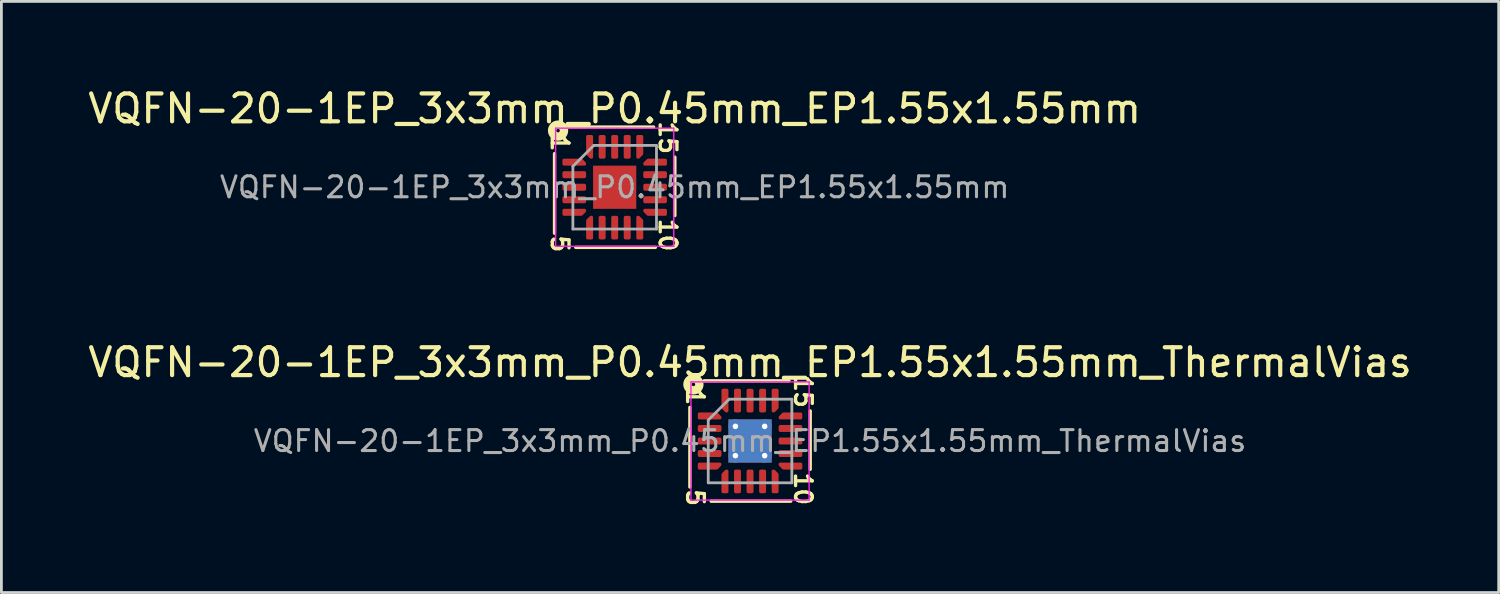
<source format=kicad_pcb>
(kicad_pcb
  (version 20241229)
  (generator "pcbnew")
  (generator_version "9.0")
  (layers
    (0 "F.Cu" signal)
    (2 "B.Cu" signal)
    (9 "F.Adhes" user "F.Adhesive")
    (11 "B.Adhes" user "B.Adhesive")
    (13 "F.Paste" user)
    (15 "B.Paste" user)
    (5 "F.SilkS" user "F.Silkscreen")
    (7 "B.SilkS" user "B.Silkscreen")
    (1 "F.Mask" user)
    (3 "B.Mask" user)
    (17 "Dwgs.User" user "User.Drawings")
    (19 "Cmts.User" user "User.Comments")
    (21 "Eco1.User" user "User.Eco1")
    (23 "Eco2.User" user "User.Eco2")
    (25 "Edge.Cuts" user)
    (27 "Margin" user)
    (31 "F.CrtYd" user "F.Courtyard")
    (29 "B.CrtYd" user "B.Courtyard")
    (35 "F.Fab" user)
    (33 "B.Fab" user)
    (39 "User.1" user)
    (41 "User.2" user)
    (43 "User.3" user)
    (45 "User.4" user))
  (footprint "VQFN-20-1EP_3x3mm_P0.45mm_EP1.55x1.55mm_ThermalVias"
    (layer "F.Cu")
    (at 23.863 12.774)
    (property "Reference" "VQFN-20-1EP_3x3mm_P0.45mm_EP1.55x1.55mm_ThermalVias" (at 0 -2.82 0) (layer "F.SilkS") (effects (font (size 1 1) (thickness 0.15))))
    (attr smd)
    (fp_line (start -2.159 -1.206) (end -2.159 1.651) (stroke (width 0.12) (type solid)) (layer "F.SilkS"))
    (fp_line (start -1.397 2.159) (end 1.46 2.159) (stroke (width 0.12) (type solid)) (layer "F.SilkS"))
    (fp_line (start 1.397 -2.159) (end -1.651 -2.159) (stroke (width 0.12) (type solid)) (layer "F.SilkS"))
    (fp_line (start 2.159 1.016) (end 2.159 -1.079) (stroke (width 0.12) (type solid)) (layer "F.SilkS"))
    (fp_circle (center -2.032 -2.032) (end -1.968 -2.032) (stroke (width 0.3) (type solid)) (fill no) (layer "F.SilkS"))
    (fp_line (start -2.12 -2.12) (end -2.12 2.12) (stroke (width 0.05) (type solid)) (layer "F.CrtYd"))
    (fp_line (start -2.12 2.12) (end 2.12 2.12) (stroke (width 0.05) (type solid)) (layer "F.CrtYd"))
    (fp_line (start 2.12 -2.12) (end -2.12 -2.12) (stroke (width 0.05) (type solid)) (layer "F.CrtYd"))
    (fp_line (start 2.12 2.12) (end 2.12 -2.12) (stroke (width 0.05) (type solid)) (layer "F.CrtYd"))
    (fp_line (start -1.5 -0.75) (end -0.75 -1.5) (stroke (width 0.1) (type solid)) (layer "F.Fab"))
    (fp_line (start -1.5 1.5) (end -1.5 -0.75) (stroke (width 0.1) (type solid)) (layer "F.Fab"))
    (fp_line (start -0.75 -1.5) (end 1.5 -1.5) (stroke (width 0.1) (type solid)) (layer "F.Fab"))
    (fp_line (start 1.5 -1.5) (end 1.5 1.5) (stroke (width 0.1) (type solid)) (layer "F.Fab"))
    (fp_line (start 1.5 1.5) (end -1.5 1.5) (stroke (width 0.1) (type solid)) (layer "F.Fab"))
    (fp_text user "15" (at 1.905 -1.778 270) (unlocked yes) (layer "F.SilkS") (effects (font (size 0.6 0.6) (thickness 0.12))))
    (fp_text user "1" (at -1.968 -1.587 270) (unlocked yes) (layer "F.SilkS") (effects (font (size 0.6 0.6) (thickness 0.12))))
    (fp_text user "5" (at -1.968 2.032 270) (unlocked yes) (layer "F.SilkS") (effects (font (size 0.6 0.6) (thickness 0.12))))
    (fp_text user "10" (at 1.905 1.714 270) (unlocked yes) (layer "F.SilkS") (effects (font (size 0.6 0.6) (thickness 0.12))))
    (fp_text user "${REFERENCE}" (at 0 0 0) (layer "F.Fab") (effects (font (size 0.75 0.75) (thickness 0.11))))
    (pad "" smd roundrect (at -0.39 -0.39) (size 0.67 0.67) (layers "F.Paste") (roundrect_rratio 0.25))
    (pad "" smd roundrect (at -0.39 0.39) (size 0.67 0.67) (layers "F.Paste") (roundrect_rratio 0.25))
    (pad "" smd roundrect (at 0.39 -0.39) (size 0.67 0.67) (layers "F.Paste") (roundrect_rratio 0.25))
    (pad "" smd roundrect (at 0.39 0.39) (size 0.67 0.67) (layers "F.Paste") (roundrect_rratio 0.25))
    (pad "1" smd custom (at -1.45 -0.9) (size 0.144 0.144) (layers "F.Cu" "F.Mask" "F.Paste") (options (anchor circle)) (primitives (gr_poly (pts (xy 0.375 0.046) (xy 0.375 0.075) (xy -0.375 0.075) (xy -0.375 -0.075) (xy 0.254 -0.075)) (width 0.1) (fill yes))))
    (pad "2" smd roundrect (at -1.45 -0.45) (size 0.85 0.25) (layers "F.Cu" "F.Mask" "F.Paste") (roundrect_rratio 0.25))
    (pad "3" smd roundrect (at -1.45 0) (size 0.85 0.25) (layers "F.Cu" "F.Mask" "F.Paste") (roundrect_rratio 0.25))
    (pad "4" smd roundrect (at -1.45 0.45) (size 0.85 0.25) (layers "F.Cu" "F.Mask" "F.Paste") (roundrect_rratio 0.25))
    (pad "5" smd custom (at -1.45 0.9) (size 0.144 0.144) (layers "F.Cu" "F.Mask" "F.Paste") (options (anchor circle)) (primitives (gr_poly (pts (xy 0.375 -0.046) (xy 0.254 0.075) (xy -0.375 0.075) (xy -0.375 -0.075) (xy 0.375 -0.075)) (width 0.1) (fill yes))))
    (pad "6" smd custom (at -0.9 1.45) (size 0.144 0.144) (layers "F.Cu" "F.Mask" "F.Paste") (options (anchor circle)) (primitives (gr_poly (pts (xy 0.075 0.375) (xy -0.075 0.375) (xy -0.075 -0.254) (xy 0.046 -0.375) (xy 0.075 -0.375)) (width 0.1) (fill yes))))
    (pad "7" smd roundrect (at -0.45 1.45) (size 0.25 0.85) (layers "F.Cu" "F.Mask" "F.Paste") (roundrect_rratio 0.25))
    (pad "8" smd roundrect (at 0 1.45) (size 0.25 0.85) (layers "F.Cu" "F.Mask" "F.Paste") (roundrect_rratio 0.25))
    (pad "9" smd roundrect (at 0.45 1.45) (size 0.25 0.85) (layers "F.Cu" "F.Mask" "F.Paste") (roundrect_rratio 0.25))
    (pad "10" smd custom (at 0.9 1.45) (size 0.144 0.144) (layers "F.Cu" "F.Mask" "F.Paste") (options (anchor circle)) (primitives (gr_poly (pts (xy 0.075 -0.254) (xy 0.075 0.375) (xy -0.075 0.375) (xy -0.075 -0.375) (xy -0.046 -0.375)) (width 0.1) (fill yes))))
    (pad "11" smd custom (at 1.45 0.9) (size 0.144 0.144) (layers "F.Cu" "F.Mask" "F.Paste") (options (anchor circle)) (primitives (gr_poly (pts (xy 0.375 0.075) (xy -0.254 0.075) (xy -0.375 -0.046) (xy -0.375 -0.075) (xy 0.375 -0.075)) (width 0.1) (fill yes))))
    (pad "12" smd roundrect (at 1.45 0.45) (size 0.85 0.25) (layers "F.Cu" "F.Mask" "F.Paste") (roundrect_rratio 0.25))
    (pad "13" smd roundrect (at 1.45 0) (size 0.85 0.25) (layers "F.Cu" "F.Mask" "F.Paste") (roundrect_rratio 0.25))
    (pad "14" smd roundrect (at 1.45 -0.45) (size 0.85 0.25) (layers "F.Cu" "F.Mask" "F.Paste") (roundrect_rratio 0.25))
    (pad "15" smd custom (at 1.45 -0.9) (size 0.144 0.144) (layers "F.Cu" "F.Mask" "F.Paste") (options (anchor circle)) (primitives (gr_poly (pts (xy 0.375 0.075) (xy -0.375 0.075) (xy -0.375 0.046) (xy -0.254 -0.075) (xy 0.375 -0.075)) (width 0.1) (fill yes))))
    (pad "16" smd custom (at 0.9 -1.45) (size 0.144 0.144) (layers "F.Cu" "F.Mask" "F.Paste") (options (anchor circle)) (primitives (gr_poly (pts (xy 0.075 0.254) (xy -0.046 0.375) (xy -0.075 0.375) (xy -0.075 -0.375) (xy 0.075 -0.375)) (width 0.1) (fill yes))))
    (pad "17" smd roundrect (at 0.45 -1.45) (size 0.25 0.85) (layers "F.Cu" "F.Mask" "F.Paste") (roundrect_rratio 0.25))
    (pad "18" smd roundrect (at 0 -1.45) (size 0.25 0.85) (layers "F.Cu" "F.Mask" "F.Paste") (roundrect_rratio 0.25))
    (pad "19" smd roundrect (at -0.45 -1.45) (size 0.25 0.85) (layers "F.Cu" "F.Mask" "F.Paste") (roundrect_rratio 0.25))
    (pad "20" smd custom (at -0.9 -1.45) (size 0.144 0.144) (layers "F.Cu" "F.Mask" "F.Paste") (options (anchor circle)) (primitives (gr_poly (pts (xy 0.075 0.375) (xy 0.046 0.375) (xy -0.075 0.254) (xy -0.075 -0.375) (xy 0.075 -0.375)) (width 0.1) (fill yes))))
    (pad "21" thru_hole circle (at -0.525 -0.525) (size 0.5 0.5) (drill 0.2) (layers "*.Cu"))
    (pad "21" thru_hole circle (at -0.525 0.525) (size 0.5 0.5) (drill 0.2) (layers "*.Cu"))
    (pad "21" smd rect (at 0 0) (size 1.55 1.55) (layers "F.Cu" "F.Mask"))
    (pad "21" smd rect (at 0 0) (size 1.55 1.55) (layers "B.Cu" "B.Mask"))
    (pad "21" thru_hole circle (at 0.525 -0.525) (size 0.5 0.5) (drill 0.2) (layers "*.Cu"))
    (pad "21" thru_hole circle (at 0.525 0.525) (size 0.5 0.5) (drill 0.2) (layers "*.Cu")))
  (footprint "VQFN-20-1EP_3x3mm_P0.45mm_EP1.55x1.55mm"
    (layer "F.Cu")
    (at 19.006 3.668)
    (property "Reference" "VQFN-20-1EP_3x3mm_P0.45mm_EP1.55x1.55mm" (at 0 -2.82 0) (layer "F.SilkS") (effects (font (size 1 1) (thickness 0.15))))
    (attr smd)
    (fp_line (start -2.159 -1.206) (end -2.159 1.651) (stroke (width 0.12) (type solid)) (layer "F.SilkS"))
    (fp_line (start -1.397 2.159) (end 1.46 2.159) (stroke (width 0.12) (type solid)) (layer "F.SilkS"))
    (fp_line (start 1.397 -2.159) (end -1.651 -2.159) (stroke (width 0.12) (type solid)) (layer "F.SilkS"))
    (fp_line (start 2.159 1.016) (end 2.159 -1.079) (stroke (width 0.12) (type solid)) (layer "F.SilkS"))
    (fp_circle (center -2.032 -2.032) (end -1.968 -2.032) (stroke (width 0.3) (type solid)) (fill no) (layer "F.SilkS"))
    (fp_line (start -2.12 -2.12) (end -2.12 2.12) (stroke (width 0.05) (type solid)) (layer "F.CrtYd"))
    (fp_line (start -2.12 2.12) (end 2.12 2.12) (stroke (width 0.05) (type solid)) (layer "F.CrtYd"))
    (fp_line (start 2.12 -2.12) (end -2.12 -2.12) (stroke (width 0.05) (type solid)) (layer "F.CrtYd"))
    (fp_line (start 2.12 2.12) (end 2.12 -2.12) (stroke (width 0.05) (type solid)) (layer "F.CrtYd"))
    (fp_line (start -1.5 -0.75) (end -0.75 -1.5) (stroke (width 0.1) (type solid)) (layer "F.Fab"))
    (fp_line (start -1.5 1.5) (end -1.5 -0.75) (stroke (width 0.1) (type solid)) (layer "F.Fab"))
    (fp_line (start -0.75 -1.5) (end 1.5 -1.5) (stroke (width 0.1) (type solid)) (layer "F.Fab"))
    (fp_line (start 1.5 -1.5) (end 1.5 1.5) (stroke (width 0.1) (type solid)) (layer "F.Fab"))
    (fp_line (start 1.5 1.5) (end -1.5 1.5) (stroke (width 0.1) (type solid)) (layer "F.Fab"))
    (fp_text user "15" (at 1.905 -1.778 270) (unlocked yes) (layer "F.SilkS") (effects (font (size 0.6 0.6) (thickness 0.12))))
    (fp_text user "10" (at 1.905 1.714 270) (unlocked yes) (layer "F.SilkS") (effects (font (size 0.6 0.6) (thickness 0.12))))
    (fp_text user "5" (at -1.968 2.032 270) (unlocked yes) (layer "F.SilkS") (effects (font (size 0.6 0.6) (thickness 0.12))))
    (fp_text user "1" (at -1.968 -1.587 270) (unlocked yes) (layer "F.SilkS") (effects (font (size 0.6 0.6) (thickness 0.12))))
    (fp_text user "${REFERENCE}" (at 0 0 0) (layer "F.Fab") (effects (font (size 0.75 0.75) (thickness 0.11))))
    (pad "" smd roundrect (at -0.39 -0.39) (size 0.62 0.62) (layers "F.Paste") (roundrect_rratio 0.25))
    (pad "" smd roundrect (at -0.39 0.39) (size 0.62 0.62) (layers "F.Paste") (roundrect_rratio 0.25))
    (pad "" smd roundrect (at 0.39 -0.39) (size 0.62 0.62) (layers "F.Paste") (roundrect_rratio 0.25))
    (pad "" smd roundrect (at 0.39 0.39) (size 0.62 0.62) (layers "F.Paste") (roundrect_rratio 0.25))
    (pad "1" smd custom (at -1.45 -0.9) (size 0.144 0.144) (layers "F.Cu" "F.Mask" "F.Paste") (options (anchor circle)) (primitives (gr_poly (pts (xy 0.375 0.046) (xy 0.375 0.075) (xy -0.375 0.075) (xy -0.375 -0.075) (xy 0.254 -0.075)) (width 0.1) (fill yes))))
    (pad "2" smd roundrect (at -1.45 -0.45) (size 0.85 0.25) (layers "F.Cu" "F.Mask" "F.Paste") (roundrect_rratio 0.25))
    (pad "3" smd roundrect (at -1.45 0) (size 0.85 0.25) (layers "F.Cu" "F.Mask" "F.Paste") (roundrect_rratio 0.25))
    (pad "4" smd roundrect (at -1.45 0.45) (size 0.85 0.25) (layers "F.Cu" "F.Mask" "F.Paste") (roundrect_rratio 0.25))
    (pad "5" smd custom (at -1.45 0.9) (size 0.144 0.144) (layers "F.Cu" "F.Mask" "F.Paste") (options (anchor circle)) (primitives (gr_poly (pts (xy 0.375 -0.046) (xy 0.254 0.075) (xy -0.375 0.075) (xy -0.375 -0.075) (xy 0.375 -0.075)) (width 0.1) (fill yes))))
    (pad "6" smd custom (at -0.9 1.45) (size 0.144 0.144) (layers "F.Cu" "F.Mask" "F.Paste") (options (anchor circle)) (primitives (gr_poly (pts (xy 0.075 0.375) (xy -0.075 0.375) (xy -0.075 -0.254) (xy 0.046 -0.375) (xy 0.075 -0.375)) (width 0.1) (fill yes))))
    (pad "7" smd roundrect (at -0.45 1.45) (size 0.25 0.85) (layers "F.Cu" "F.Mask" "F.Paste") (roundrect_rratio 0.25))
    (pad "8" smd roundrect (at 0 1.45) (size 0.25 0.85) (layers "F.Cu" "F.Mask" "F.Paste") (roundrect_rratio 0.25))
    (pad "9" smd roundrect (at 0.45 1.45) (size 0.25 0.85) (layers "F.Cu" "F.Mask" "F.Paste") (roundrect_rratio 0.25))
    (pad "10" smd custom (at 0.9 1.45) (size 0.144 0.144) (layers "F.Cu" "F.Mask" "F.Paste") (options (anchor circle)) (primitives (gr_poly (pts (xy 0.075 -0.254) (xy 0.075 0.375) (xy -0.075 0.375) (xy -0.075 -0.375) (xy -0.046 -0.375)) (width 0.1) (fill yes))))
    (pad "11" smd custom (at 1.45 0.9) (size 0.144 0.144) (layers "F.Cu" "F.Mask" "F.Paste") (options (anchor circle)) (primitives (gr_poly (pts (xy 0.375 0.075) (xy -0.254 0.075) (xy -0.375 -0.046) (xy -0.375 -0.075) (xy 0.375 -0.075)) (width 0.1) (fill yes))))
    (pad "12" smd roundrect (at 1.45 0.45) (size 0.85 0.25) (layers "F.Cu" "F.Mask" "F.Paste") (roundrect_rratio 0.25))
    (pad "13" smd roundrect (at 1.45 0) (size 0.85 0.25) (layers "F.Cu" "F.Mask" "F.Paste") (roundrect_rratio 0.25))
    (pad "14" smd roundrect (at 1.45 -0.45) (size 0.85 0.25) (layers "F.Cu" "F.Mask" "F.Paste") (roundrect_rratio 0.25))
    (pad "15" smd custom (at 1.45 -0.9) (size 0.144 0.144) (layers "F.Cu" "F.Mask" "F.Paste") (options (anchor circle)) (primitives (gr_poly (pts (xy 0.375 0.075) (xy -0.375 0.075) (xy -0.375 0.046) (xy -0.254 -0.075) (xy 0.375 -0.075)) (width 0.1) (fill yes))))
    (pad "16" smd custom (at 0.9 -1.45) (size 0.144 0.144) (layers "F.Cu" "F.Mask" "F.Paste") (options (anchor circle)) (primitives (gr_poly (pts (xy 0.075 0.254) (xy -0.046 0.375) (xy -0.075 0.375) (xy -0.075 -0.375) (xy 0.075 -0.375)) (width 0.1) (fill yes))))
    (pad "17" smd roundrect (at 0.45 -1.45) (size 0.25 0.85) (layers "F.Cu" "F.Mask" "F.Paste") (roundrect_rratio 0.25))
    (pad "18" smd roundrect (at 0 -1.45) (size 0.25 0.85) (layers "F.Cu" "F.Mask" "F.Paste") (roundrect_rratio 0.25))
    (pad "19" smd roundrect (at -0.45 -1.45) (size 0.25 0.85) (layers "F.Cu" "F.Mask" "F.Paste") (roundrect_rratio 0.25))
    (pad "20" smd custom (at -0.9 -1.45) (size 0.144 0.144) (layers "F.Cu" "F.Mask" "F.Paste") (options (anchor circle)) (primitives (gr_poly (pts (xy 0.075 0.375) (xy 0.046 0.375) (xy -0.075 0.254) (xy -0.075 -0.375) (xy 0.075 -0.375)) (width 0.1) (fill yes))))
    (pad "21" smd rect (at 0 0) (size 1.55 1.55) (layers "F.Cu" "F.Mask")))
  (gr_rect
    (start -3 -3)
    (end 50.726 18.212)
    (stroke (width 0.1) (type default))
    (fill no)
    (layer "Edge.Cuts")))
</source>
